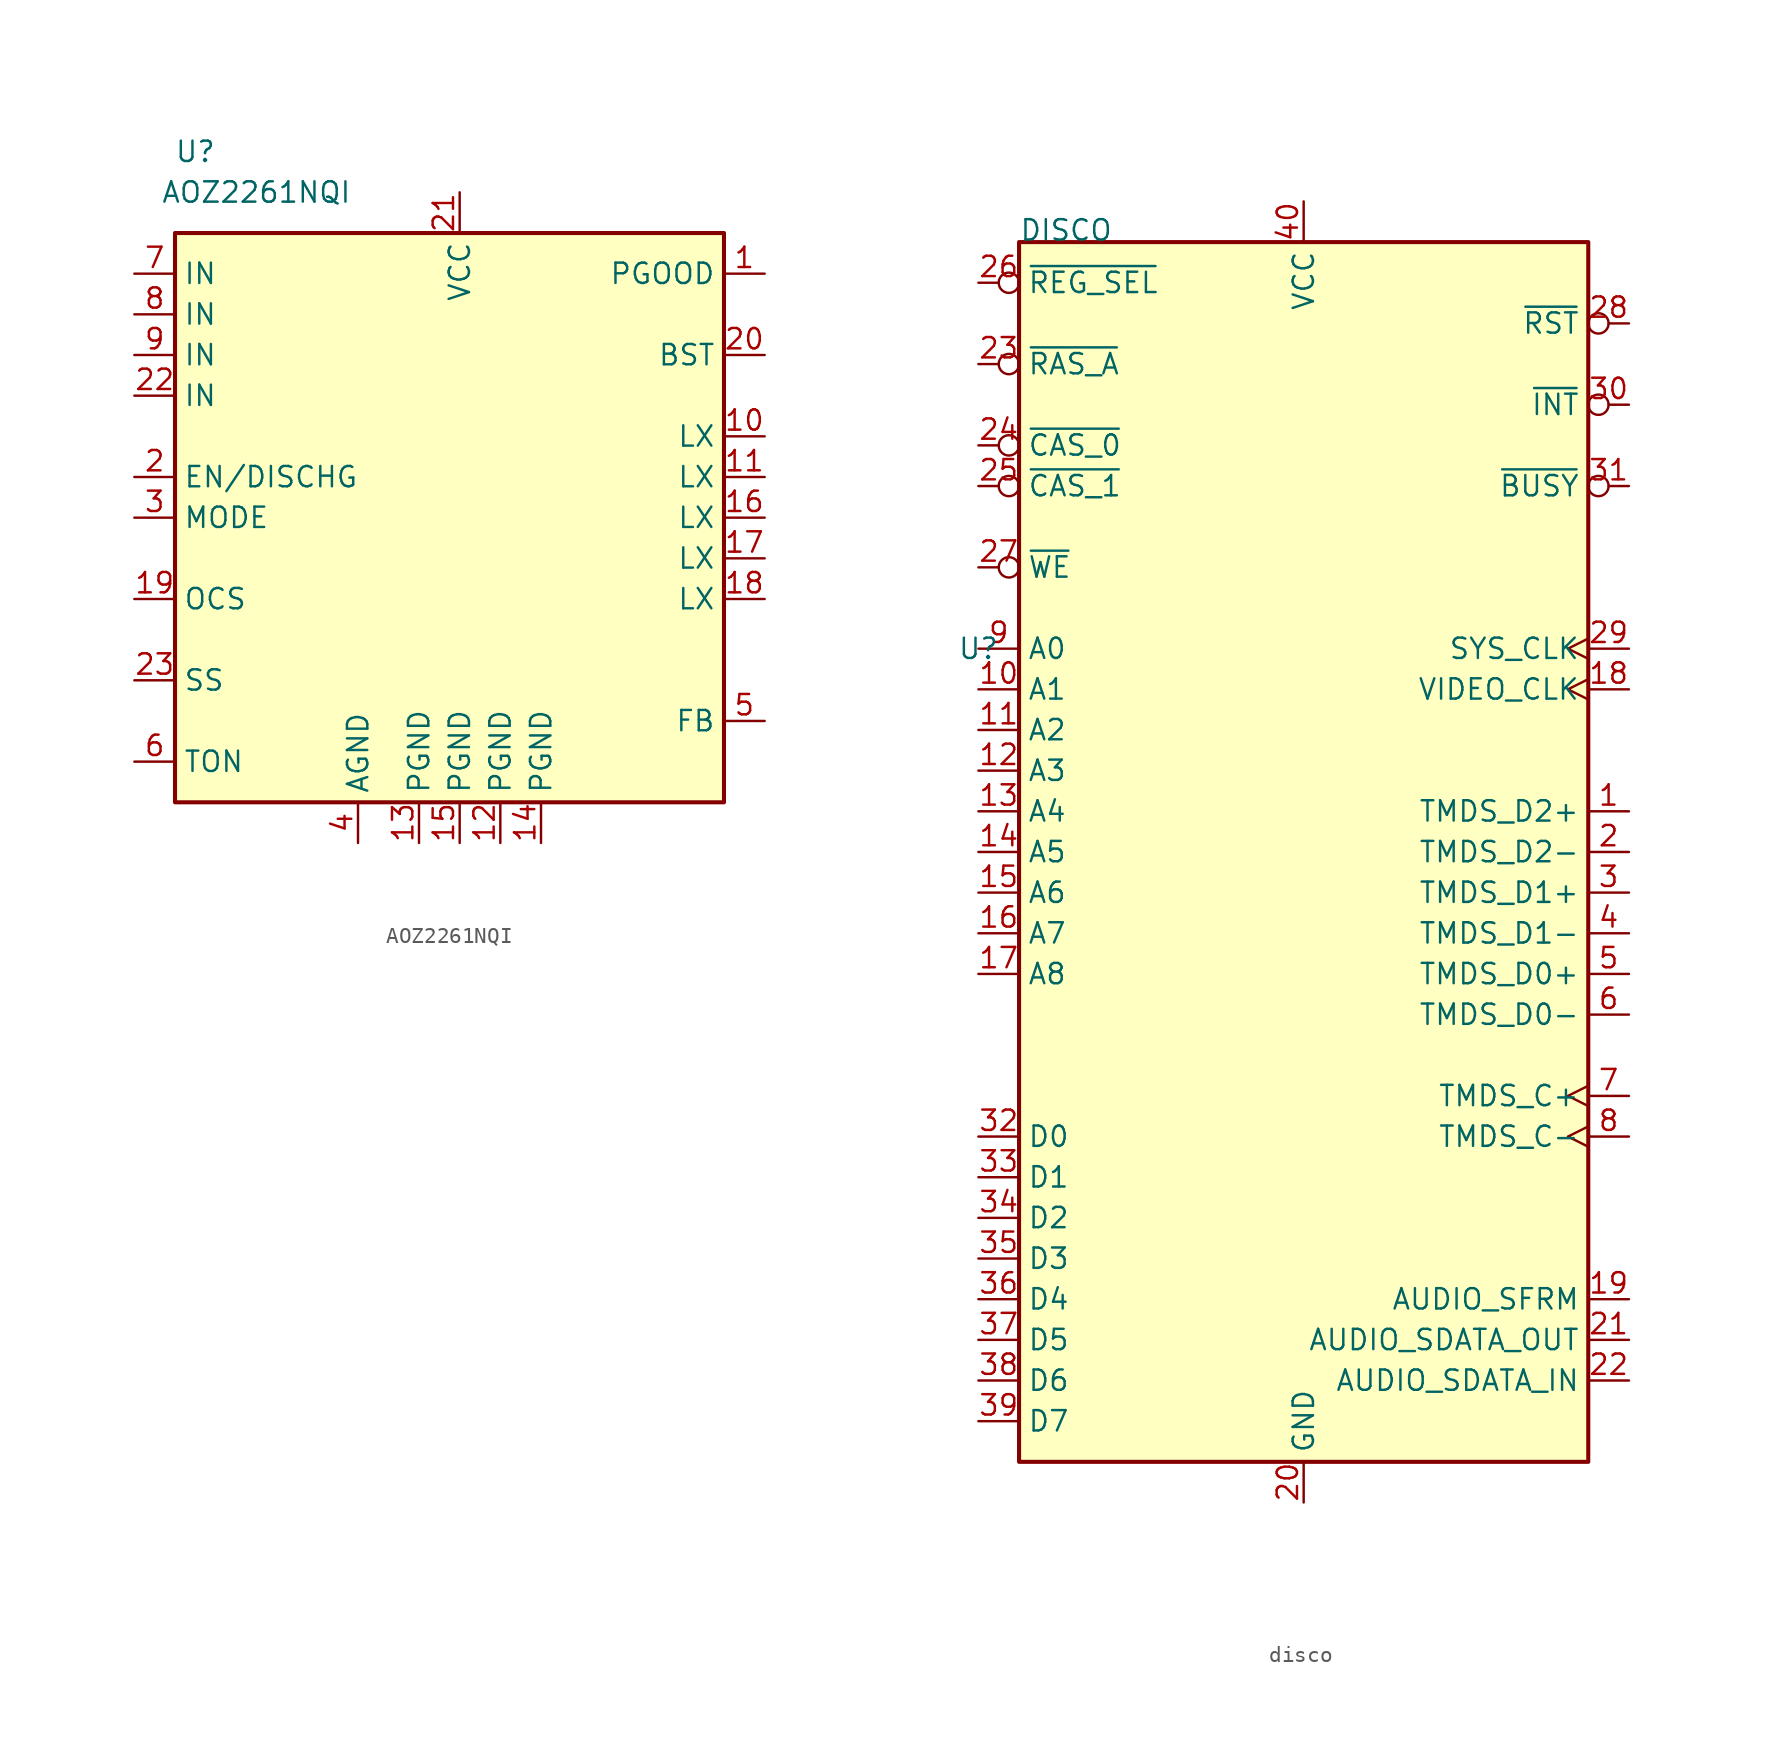
<source format=kicad_sym>
(kicad_symbol_lib
  (version 20220914)
  (generator kicad_symbol_editor)
  (symbol "AOZ2261NQI"
    (property "Reference" "U"
      (at 1.27 36.83 0)
      (effects (font (size 1.27 1.27))))
    (property "Value" "AOZ2261NQI"
      (at 5.08 34.29 0)
      (effects (font (size 1.27 1.27))))
    (symbol "AOZ2261NQI_0_0"
      (pin power_out line (at 36.83 19.05 180) (length 2.54) (name "LX" (effects (font (size 1.27 1.27)))) (number "10" (effects (font (size 1.27 1.27)))))
      (pin power_out line (at 36.83 16.51 180) (length 2.54) (name "LX" (effects (font (size 1.27 1.27)))) (number "11" (effects (font (size 1.27 1.27)))))
      (pin power_in line (at 20.32 -6.35 90) (length 2.54) (name "PGND" (effects (font (size 1.27 1.27)))) (number "12" (effects (font (size 1.27 1.27)))))
      (pin power_in line (at 15.24 -6.35 90) (length 2.54) (name "PGND" (effects (font (size 1.27 1.27)))) (number "13" (effects (font (size 1.27 1.27)))))
      (pin power_in line (at 22.86 -6.35 90) (length 2.54) (name "PGND" (effects (font (size 1.27 1.27)))) (number "14" (effects (font (size 1.27 1.27)))))
      (pin power_in line (at 17.78 -6.35 90) (length 2.54) (name "PGND" (effects (font (size 1.27 1.27)))) (number "15" (effects (font (size 1.27 1.27)))))
      (pin power_out line (at 36.83 11.43 180) (length 2.54) (name "LX" (effects (font (size 1.27 1.27)))) (number "17" (effects (font (size 1.27 1.27)))))
      (pin power_out line (at 36.83 8.89 180) (length 2.54) (name "LX" (effects (font (size 1.27 1.27)))) (number "18" (effects (font (size 1.27 1.27)))))
      (pin input line (at -2.54 8.89 0) (length 2.54) (name "OCS" (effects (font (size 1.27 1.27)))) (number "19" (effects (font (size 1.27 1.27)))))
      (pin input line (at -2.54 16.51 0) (length 2.54) (name "EN/DISCHG" (effects (font (size 1.27 1.27)))) (number "2" (effects (font (size 1.27 1.27)))))
      (pin input line (at 36.83 24.13 180) (length 2.54) (name "BST" (effects (font (size 1.27 1.27)))) (number "20" (effects (font (size 1.27 1.27)))))
      (pin power_in line (at 17.78 34.29 270) (length 2.54) (name "VCC" (effects (font (size 1.27 1.27)))) (number "21" (effects (font (size 1.27 1.27)))))
      (pin power_in line (at -2.54 21.59 0) (length 2.54) (name "IN" (effects (font (size 1.27 1.27)))) (number "22" (effects (font (size 1.27 1.27)))))
      (pin input line (at -2.54 3.81 0) (length 2.54) (name "SS" (effects (font (size 1.27 1.27)))) (number "23" (effects (font (size 1.27 1.27)))))
      (pin input line (at -2.54 13.97 0) (length 2.54) (name "MODE" (effects (font (size 1.27 1.27)))) (number "3" (effects (font (size 1.27 1.27)))))
      (pin power_in line (at 11.43 -6.35 90) (length 2.54) (name "AGND" (effects (font (size 1.27 1.27)))) (number "4" (effects (font (size 1.27 1.27)))))
      (pin input line (at 36.83 1.27 180) (length 2.54) (name "FB" (effects (font (size 1.27 1.27)))) (number "5" (effects (font (size 1.27 1.27)))))
      (pin input line (at -2.54 -1.27 0) (length 2.54) (name "TON" (effects (font (size 1.27 1.27)))) (number "6" (effects (font (size 1.27 1.27)))))
      (pin power_in line (at -2.54 29.21 0) (length 2.54) (name "IN" (effects (font (size 1.27 1.27)))) (number "7" (effects (font (size 1.27 1.27)))))
      (pin power_in line (at -2.54 26.67 0) (length 2.54) (name "IN" (effects (font (size 1.27 1.27)))) (number "8" (effects (font (size 1.27 1.27)))))
      (pin power_in line (at -2.54 24.13 0) (length 2.54) (name "IN" (effects (font (size 1.27 1.27)))) (number "9" (effects (font (size 1.27 1.27))))))
    (symbol "AOZ2261NQI_0_1"
      (rectangle (start 0 31.75) (end 34.29 -3.81) (stroke (width 0.254) (type default)) (fill (type background))))
    (symbol "AOZ2261NQI_1_0"
      (pin open_collector line (at 36.83 29.21 180) (length 2.54) (name "PGOOD" (effects (font (size 1.27 1.27)))) (number "1" (effects (font (size 1.27 1.27)))))
      (pin power_out line (at 36.83 13.97 180) (length 2.54) (name "LX" (effects (font (size 1.27 1.27)))) (number "16" (effects (font (size 1.27 1.27)))))))
  (symbol "disco"
    (property "Reference" "U"
      (at -20.32 10.16 0)
      (effects (font (size 1.27 1.27))))
    (property "Value" "DISCO"
      (at -17.78 35.56 0)
      (effects (font (size 1.27 1.27)) (justify left bottom)))
    (symbol "disco_0_0"
      (pin output line (at 20.32 0 180) (length 2.54) (name "TMDS_D2+" (effects (font (size 1.27 1.27)))) (number "1" (effects (font (size 1.27 1.27)))))
      (pin output line (at -20.32 7.62 0) (length 2.54) (name "A1" (effects (font (size 1.27 1.27)))) (number "10" (effects (font (size 1.27 1.27)))))
      (pin output line (at -20.32 5.08 0) (length 2.54) (name "A2" (effects (font (size 1.27 1.27)))) (number "11" (effects (font (size 1.27 1.27)))))
      (pin output line (at -20.32 2.54 0) (length 2.54) (name "A3" (effects (font (size 1.27 1.27)))) (number "12" (effects (font (size 1.27 1.27)))))
      (pin output line (at -20.32 0 0) (length 2.54) (name "A4" (effects (font (size 1.27 1.27)))) (number "13" (effects (font (size 1.27 1.27)))))
      (pin output line (at -20.32 -2.54 0) (length 2.54) (name "A5" (effects (font (size 1.27 1.27)))) (number "14" (effects (font (size 1.27 1.27)))))
      (pin output line (at -20.32 -5.08 0) (length 2.54) (name "A6" (effects (font (size 1.27 1.27)))) (number "15" (effects (font (size 1.27 1.27)))))
      (pin output line (at -20.32 -7.62 0) (length 2.54) (name "A7" (effects (font (size 1.27 1.27)))) (number "16" (effects (font (size 1.27 1.27)))))
      (pin output line (at -20.32 -10.16 0) (length 2.54) (name "A8" (effects (font (size 1.27 1.27)))) (number "17" (effects (font (size 1.27 1.27)))))
      (pin output line (at 20.32 -2.54 180) (length 2.54) (name "TMDS_D2-" (effects (font (size 1.27 1.27)))) (number "2" (effects (font (size 1.27 1.27)))))
      (pin power_in line (at 0 -43.18 90) (length 2.54) (name "GND" (effects (font (size 1.27 1.27)))) (number "20" (effects (font (size 1.27 1.27)))))
      (pin input line (at 20.32 -35.56 180) (length 2.54) (name "AUDIO_SDATA_IN" (effects (font (size 1.27 1.27)))) (number "22" (effects (font (size 1.27 1.27)))))
      (pin output line (at 20.32 -5.08 180) (length 2.54) (name "TMDS_D1+" (effects (font (size 1.27 1.27)))) (number "3" (effects (font (size 1.27 1.27)))))
      (pin open_collector inverted (at 20.32 25.4 180) (length 2.54) (name "~{INT}" (effects (font (size 1.27 1.27)))) (number "30" (effects (font (size 1.27 1.27)))))
      (pin bidirectional line (at -20.32 -20.32 0) (length 2.54) (name "D0" (effects (font (size 1.27 1.27)))) (number "32" (effects (font (size 1.27 1.27)))))
      (pin bidirectional line (at -20.32 -22.86 0) (length 2.54) (name "D1" (effects (font (size 1.27 1.27)))) (number "33" (effects (font (size 1.27 1.27)))))
      (pin bidirectional line (at -20.32 -25.4 0) (length 2.54) (name "D2" (effects (font (size 1.27 1.27)))) (number "34" (effects (font (size 1.27 1.27)))))
      (pin bidirectional line (at -20.32 -27.94 0) (length 2.54) (name "D3" (effects (font (size 1.27 1.27)))) (number "35" (effects (font (size 1.27 1.27)))))
      (pin bidirectional line (at -20.32 -30.48 0) (length 2.54) (name "D4" (effects (font (size 1.27 1.27)))) (number "36" (effects (font (size 1.27 1.27)))))
      (pin bidirectional line (at -20.32 -33.02 0) (length 2.54) (name "D5" (effects (font (size 1.27 1.27)))) (number "37" (effects (font (size 1.27 1.27)))))
      (pin bidirectional line (at -20.32 -35.56 0) (length 2.54) (name "D6" (effects (font (size 1.27 1.27)))) (number "38" (effects (font (size 1.27 1.27)))))
      (pin bidirectional line (at -20.32 -38.1 0) (length 2.54) (name "D7" (effects (font (size 1.27 1.27)))) (number "39" (effects (font (size 1.27 1.27)))))
      (pin output line (at 20.32 -7.62 180) (length 2.54) (name "TMDS_D1-" (effects (font (size 1.27 1.27)))) (number "4" (effects (font (size 1.27 1.27)))))
      (pin power_in line (at 0 38.1 270) (length 2.54) (name "VCC" (effects (font (size 1.27 1.27)))) (number "40" (effects (font (size 1.27 1.27)))))
      (pin output line (at 20.32 -10.16 180) (length 2.54) (name "TMDS_D0+" (effects (font (size 1.27 1.27)))) (number "5" (effects (font (size 1.27 1.27)))))
      (pin output line (at 20.32 -12.7 180) (length 2.54) (name "TMDS_D0-" (effects (font (size 1.27 1.27)))) (number "6" (effects (font (size 1.27 1.27)))))
      (pin output line (at -20.32 10.16 0) (length 2.54) (name "A0" (effects (font (size 1.27 1.27)))) (number "9" (effects (font (size 1.27 1.27))))))
    (symbol "disco_0_1"
      (rectangle (start -17.78 35.56) (end 17.78 -40.64) (stroke (width 0.254) (type default)) (fill (type background))))
    (symbol "disco_1_0"
      (pin input clock (at 20.32 7.62 180) (length 2.54) (name "VIDEO_CLK" (effects (font (size 1.27 1.27)))) (number "18" (effects (font (size 1.27 1.27)))))
      (pin output line (at 20.32 -30.48 180) (length 2.54) (name "AUDIO_SFRM" (effects (font (size 1.27 1.27)))) (number "19" (effects (font (size 1.27 1.27)))))
      (pin power_in line (at 20.32 -33.02 180) (length 2.54) (name "AUDIO_SDATA_OUT" (effects (font (size 1.27 1.27)))) (number "21" (effects (font (size 1.27 1.27)))))
      (pin output inverted (at -20.32 27.94 0) (length 2.54) (name "~{RAS_A}" (effects (font (size 1.27 1.27)))) (number "23" (effects (font (size 1.27 1.27)))))
      (pin output inverted (at -20.32 22.86 0) (length 2.54) (name "~{CAS_0}" (effects (font (size 1.27 1.27)))) (number "24" (effects (font (size 1.27 1.27)))))
      (pin output inverted (at -20.32 20.32 0) (length 2.54) (name "~{CAS_1}" (effects (font (size 1.27 1.27)))) (number "25" (effects (font (size 1.27 1.27)))))
      (pin input inverted (at -20.32 33.02 0) (length 2.54) (name "~{REG_SEL}" (effects (font (size 1.27 1.27)))) (number "26" (effects (font (size 1.27 1.27)))))
      (pin bidirectional inverted (at -20.32 15.24 0) (length 2.54) (name "~{WE}" (effects (font (size 1.27 1.27)))) (number "27" (effects (font (size 1.27 1.27)))))
      (pin input inverted (at 20.32 30.48 180) (length 2.54) (name "~{RST}" (effects (font (size 1.27 1.27)))) (number "28" (effects (font (size 1.27 1.27)))))
      (pin input clock (at 20.32 10.16 180) (length 2.54) (name "SYS_CLK" (effects (font (size 1.27 1.27)))) (number "29" (effects (font (size 1.27 1.27)))))
      (pin output inverted (at 20.32 20.32 180) (length 2.54) (name "~{BUSY}" (effects (font (size 1.27 1.27)))) (number "31" (effects (font (size 1.27 1.27)))))
      (pin output clock (at 20.32 -17.78 180) (length 2.54) (name "TMDS_C+" (effects (font (size 1.27 1.27)))) (number "7" (effects (font (size 1.27 1.27)))))
      (pin output clock (at 20.32 -20.32 180) (length 2.54) (name "TMDS_C-" (effects (font (size 1.27 1.27)))) (number "8" (effects (font (size 1.27 1.27))))))))
</source>
